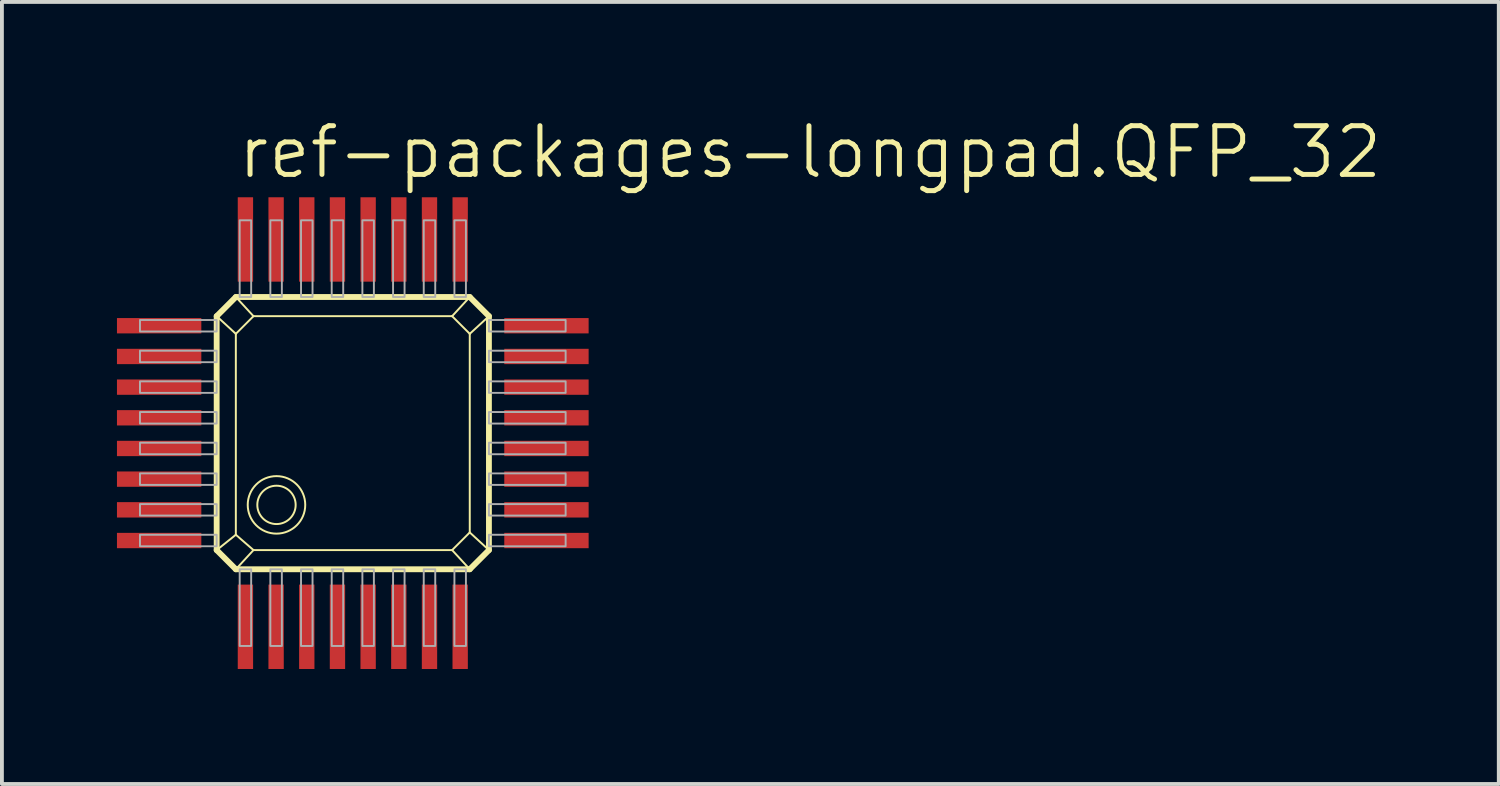
<source format=kicad_pcb>
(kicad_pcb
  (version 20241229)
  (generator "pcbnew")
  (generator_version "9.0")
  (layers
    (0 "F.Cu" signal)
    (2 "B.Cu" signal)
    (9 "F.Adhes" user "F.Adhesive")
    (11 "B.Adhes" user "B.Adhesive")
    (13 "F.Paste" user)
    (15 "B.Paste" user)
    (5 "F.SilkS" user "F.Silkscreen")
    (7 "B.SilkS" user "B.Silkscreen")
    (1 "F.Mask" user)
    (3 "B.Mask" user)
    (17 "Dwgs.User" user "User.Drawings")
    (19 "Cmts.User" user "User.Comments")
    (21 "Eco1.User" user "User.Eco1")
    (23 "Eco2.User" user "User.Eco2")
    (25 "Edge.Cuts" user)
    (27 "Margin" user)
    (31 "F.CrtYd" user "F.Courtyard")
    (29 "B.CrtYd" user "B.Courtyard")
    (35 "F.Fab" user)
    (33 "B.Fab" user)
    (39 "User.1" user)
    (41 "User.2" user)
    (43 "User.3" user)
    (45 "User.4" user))
  (footprint "ref-packages-longpad.QFP_32"
    (layer "F.Cu")
    (at 5.75 8.645)
    (property "Reference" "ref-packages-longpad.QFP_32" (at -2.667 -6.985 0) (layer "F.SilkS") (effects (font (size 1.27 1.27) (thickness 0.13)) (justify left bottom)))
    (attr smd)
    (fp_line (start -3.15 -3.45) (end -2.65 -3.95) (stroke (width 0.152) (type default)) (layer "F.SilkS"))
    (fp_line (start -3.15 -3.45) (end -2.65 -2.99) (stroke (width 0.051) (type default)) (layer "F.SilkS"))
    (fp_line (start -3.15 2.65) (end -3.15 -3.45) (stroke (width 0.152) (type default)) (layer "F.SilkS"))
    (fp_line (start -2.65 -3.95) (end -2.19 -3.45) (stroke (width 0.051) (type default)) (layer "F.SilkS"))
    (fp_line (start -2.65 -3.95) (end 3.45 -3.95) (stroke (width 0.152) (type default)) (layer "F.SilkS"))
    (fp_line (start -2.65 -2.99) (end -2.19 -3.45) (stroke (width 0.051) (type default)) (layer "F.SilkS"))
    (fp_line (start -2.65 2.25) (end -3.15 2.65) (stroke (width 0.051) (type default)) (layer "F.SilkS"))
    (fp_line (start -2.65 2.25) (end -2.65 -2.99) (stroke (width 0.051) (type default)) (layer "F.SilkS"))
    (fp_line (start -2.65 3.15) (end -3.15 2.65) (stroke (width 0.152) (type default)) (layer "F.SilkS"))
    (fp_line (start -2.65 3.15) (end -2.19 2.65) (stroke (width 0.051) (type default)) (layer "F.SilkS"))
    (fp_line (start -2.19 -3.45) (end 2.99 -3.45) (stroke (width 0.051) (type default)) (layer "F.SilkS"))
    (fp_line (start -2.19 2.65) (end -2.65 2.25) (stroke (width 0.051) (type default)) (layer "F.SilkS"))
    (fp_line (start 2.99 -3.45) (end 3.45 -2.99) (stroke (width 0.051) (type default)) (layer "F.SilkS"))
    (fp_line (start 2.99 2.65) (end -2.19 2.65) (stroke (width 0.051) (type default)) (layer "F.SilkS"))
    (fp_line (start 3.45 -3.95) (end 2.99 -3.45) (stroke (width 0.051) (type default)) (layer "F.SilkS"))
    (fp_line (start 3.45 -3.95) (end 3.95 -3.45) (stroke (width 0.152) (type default)) (layer "F.SilkS"))
    (fp_line (start 3.45 -2.99) (end 3.45 2.19) (stroke (width 0.051) (type default)) (layer "F.SilkS"))
    (fp_line (start 3.45 2.19) (end 2.99 2.65) (stroke (width 0.051) (type default)) (layer "F.SilkS"))
    (fp_line (start 3.45 3.15) (end -2.65 3.15) (stroke (width 0.152) (type default)) (layer "F.SilkS"))
    (fp_line (start 3.45 3.15) (end 2.99 2.65) (stroke (width 0.051) (type default)) (layer "F.SilkS"))
    (fp_line (start 3.95 -3.45) (end 3.45 -2.99) (stroke (width 0.051) (type default)) (layer "F.SilkS"))
    (fp_line (start 3.95 -3.45) (end 3.95 2.65) (stroke (width 0.152) (type default)) (layer "F.SilkS"))
    (fp_line (start 3.95 2.65) (end 3.45 2.19) (stroke (width 0.051) (type default)) (layer "F.SilkS"))
    (fp_line (start 3.95 2.65) (end 3.45 3.15) (stroke (width 0.152) (type default)) (layer "F.SilkS"))
    (fp_circle (center -1.59 1.471) (end -1.09 1.471) (stroke (width 0.051) (type default)) (fill no) (layer "F.SilkS"))
    (fp_circle (center -1.59 1.471) (end -0.84 1.471) (stroke (width 0.051) (type default)) (fill no) (layer "F.SilkS"))
    (fp_rect (start -5.15 -3.05) (end -3.15 -3.35) (stroke (width 0.05) (type default)) (fill no) (layer "F.Fab"))
    (fp_rect (start -5.15 -2.25) (end -3.15 -2.55) (stroke (width 0.05) (type default)) (fill no) (layer "F.Fab"))
    (fp_rect (start -5.15 -1.45) (end -3.15 -1.75) (stroke (width 0.05) (type default)) (fill no) (layer "F.Fab"))
    (fp_rect (start -5.15 -0.65) (end -3.15 -0.95) (stroke (width 0.05) (type default)) (fill no) (layer "F.Fab"))
    (fp_rect (start -5.15 0.15) (end -3.15 -0.15) (stroke (width 0.05) (type default)) (fill no) (layer "F.Fab"))
    (fp_rect (start -5.15 0.95) (end -3.15 0.65) (stroke (width 0.05) (type default)) (fill no) (layer "F.Fab"))
    (fp_rect (start -5.15 1.75) (end -3.15 1.45) (stroke (width 0.05) (type default)) (fill no) (layer "F.Fab"))
    (fp_rect (start -5.15 2.55) (end -3.15 2.25) (stroke (width 0.05) (type default)) (fill no) (layer "F.Fab"))
    (fp_rect (start -2.55 -3.95) (end -2.25 -5.95) (stroke (width 0.05) (type default)) (fill no) (layer "F.Fab"))
    (fp_rect (start -2.55 5.15) (end -2.25 3.15) (stroke (width 0.05) (type default)) (fill no) (layer "F.Fab"))
    (fp_rect (start -1.75 -3.95) (end -1.45 -5.95) (stroke (width 0.05) (type default)) (fill no) (layer "F.Fab"))
    (fp_rect (start -1.75 5.15) (end -1.45 3.15) (stroke (width 0.05) (type default)) (fill no) (layer "F.Fab"))
    (fp_rect (start -0.95 -3.95) (end -0.65 -5.95) (stroke (width 0.05) (type default)) (fill no) (layer "F.Fab"))
    (fp_rect (start -0.95 5.15) (end -0.65 3.15) (stroke (width 0.05) (type default)) (fill no) (layer "F.Fab"))
    (fp_rect (start -0.15 -3.95) (end 0.15 -5.95) (stroke (width 0.05) (type default)) (fill no) (layer "F.Fab"))
    (fp_rect (start -0.15 5.15) (end 0.15 3.15) (stroke (width 0.05) (type default)) (fill no) (layer "F.Fab"))
    (fp_rect (start 0.65 -3.95) (end 0.95 -5.95) (stroke (width 0.05) (type default)) (fill no) (layer "F.Fab"))
    (fp_rect (start 0.65 5.15) (end 0.95 3.15) (stroke (width 0.05) (type default)) (fill no) (layer "F.Fab"))
    (fp_rect (start 1.45 -3.95) (end 1.75 -5.95) (stroke (width 0.05) (type default)) (fill no) (layer "F.Fab"))
    (fp_rect (start 1.45 5.15) (end 1.75 3.15) (stroke (width 0.05) (type default)) (fill no) (layer "F.Fab"))
    (fp_rect (start 2.25 -3.95) (end 2.55 -5.95) (stroke (width 0.05) (type default)) (fill no) (layer "F.Fab"))
    (fp_rect (start 2.25 5.15) (end 2.55 3.15) (stroke (width 0.05) (type default)) (fill no) (layer "F.Fab"))
    (fp_rect (start 3.05 -3.95) (end 3.35 -5.95) (stroke (width 0.05) (type default)) (fill no) (layer "F.Fab"))
    (fp_rect (start 3.05 5.15) (end 3.35 3.15) (stroke (width 0.05) (type default)) (fill no) (layer "F.Fab"))
    (fp_rect (start 3.95 -3.05) (end 5.95 -3.35) (stroke (width 0.05) (type default)) (fill no) (layer "F.Fab"))
    (fp_rect (start 3.95 -2.25) (end 5.95 -2.55) (stroke (width 0.05) (type default)) (fill no) (layer "F.Fab"))
    (fp_rect (start 3.95 -1.45) (end 5.95 -1.75) (stroke (width 0.05) (type default)) (fill no) (layer "F.Fab"))
    (fp_rect (start 3.95 -0.65) (end 5.95 -0.95) (stroke (width 0.05) (type default)) (fill no) (layer "F.Fab"))
    (fp_rect (start 3.95 0.15) (end 5.95 -0.15) (stroke (width 0.05) (type default)) (fill no) (layer "F.Fab"))
    (fp_rect (start 3.95 0.95) (end 5.95 0.65) (stroke (width 0.05) (type default)) (fill no) (layer "F.Fab"))
    (fp_rect (start 3.95 1.75) (end 5.95 1.45) (stroke (width 0.05) (type default)) (fill no) (layer "F.Fab"))
    (fp_rect (start 3.95 2.55) (end 5.95 2.25) (stroke (width 0.05) (type default)) (fill no) (layer "F.Fab"))
    (pad "1" smd roundrect (at -2.4 4.65) (size 0.4 2.2) (layers "F.Cu" "F.Mask" "F.Paste") (roundrect_rratio 0.01))
    (pad "2" smd roundrect (at -1.6 4.65) (size 0.4 2.2) (layers "F.Cu" "F.Mask" "F.Paste") (roundrect_rratio 0.01))
    (pad "3" smd roundrect (at -0.8 4.65) (size 0.4 2.2) (layers "F.Cu" "F.Mask" "F.Paste") (roundrect_rratio 0.01))
    (pad "4" smd roundrect (at 0 4.65) (size 0.4 2.2) (layers "F.Cu" "F.Mask" "F.Paste") (roundrect_rratio 0.01))
    (pad "5" smd roundrect (at 0.8 4.65) (size 0.4 2.2) (layers "F.Cu" "F.Mask" "F.Paste") (roundrect_rratio 0.01))
    (pad "6" smd roundrect (at 1.6 4.65) (size 0.4 2.2) (layers "F.Cu" "F.Mask" "F.Paste") (roundrect_rratio 0.01))
    (pad "7" smd roundrect (at 2.4 4.65) (size 0.4 2.2) (layers "F.Cu" "F.Mask" "F.Paste") (roundrect_rratio 0.01))
    (pad "8" smd roundrect (at 3.2 4.65) (size 0.4 2.2) (layers "F.Cu" "F.Mask" "F.Paste") (roundrect_rratio 0.01))
    (pad "9" smd roundrect (at 5.45 2.4) (size 2.2 0.4) (layers "F.Cu" "F.Mask" "F.Paste") (roundrect_rratio 0.01))
    (pad "10" smd roundrect (at 5.45 1.6) (size 2.2 0.4) (layers "F.Cu" "F.Mask" "F.Paste") (roundrect_rratio 0.01))
    (pad "11" smd roundrect (at 5.45 0.8) (size 2.2 0.4) (layers "F.Cu" "F.Mask" "F.Paste") (roundrect_rratio 0.01))
    (pad "12" smd roundrect (at 5.45 0) (size 2.2 0.4) (layers "F.Cu" "F.Mask" "F.Paste") (roundrect_rratio 0.01))
    (pad "13" smd roundrect (at 5.45 -0.8) (size 2.2 0.4) (layers "F.Cu" "F.Mask" "F.Paste") (roundrect_rratio 0.01))
    (pad "14" smd roundrect (at 5.45 -1.6) (size 2.2 0.4) (layers "F.Cu" "F.Mask" "F.Paste") (roundrect_rratio 0.01))
    (pad "15" smd roundrect (at 5.45 -2.4) (size 2.2 0.4) (layers "F.Cu" "F.Mask" "F.Paste") (roundrect_rratio 0.01))
    (pad "16" smd roundrect (at 5.45 -3.2) (size 2.2 0.4) (layers "F.Cu" "F.Mask" "F.Paste") (roundrect_rratio 0.01))
    (pad "17" smd roundrect (at 3.2 -5.45) (size 0.4 2.2) (layers "F.Cu" "F.Mask" "F.Paste") (roundrect_rratio 0.01))
    (pad "18" smd roundrect (at 2.4 -5.45) (size 0.4 2.2) (layers "F.Cu" "F.Mask" "F.Paste") (roundrect_rratio 0.01))
    (pad "19" smd roundrect (at 1.6 -5.45) (size 0.4 2.2) (layers "F.Cu" "F.Mask" "F.Paste") (roundrect_rratio 0.01))
    (pad "20" smd roundrect (at 0.8 -5.45) (size 0.4 2.2) (layers "F.Cu" "F.Mask" "F.Paste") (roundrect_rratio 0.01))
    (pad "21" smd roundrect (at 0 -5.45) (size 0.4 2.2) (layers "F.Cu" "F.Mask" "F.Paste") (roundrect_rratio 0.01))
    (pad "22" smd roundrect (at -0.8 -5.45) (size 0.4 2.2) (layers "F.Cu" "F.Mask" "F.Paste") (roundrect_rratio 0.01))
    (pad "23" smd roundrect (at -1.6 -5.45) (size 0.4 2.2) (layers "F.Cu" "F.Mask" "F.Paste") (roundrect_rratio 0.01))
    (pad "24" smd roundrect (at -2.4 -5.45) (size 0.4 2.2) (layers "F.Cu" "F.Mask" "F.Paste") (roundrect_rratio 0.01))
    (pad "25" smd roundrect (at -4.65 -3.2) (size 2.2 0.4) (layers "F.Cu" "F.Mask" "F.Paste") (roundrect_rratio 0.01))
    (pad "26" smd roundrect (at -4.65 -2.4) (size 2.2 0.4) (layers "F.Cu" "F.Mask" "F.Paste") (roundrect_rratio 0.01))
    (pad "27" smd roundrect (at -4.65 -1.6) (size 2.2 0.4) (layers "F.Cu" "F.Mask" "F.Paste") (roundrect_rratio 0.01))
    (pad "28" smd roundrect (at -4.65 -0.8) (size 2.2 0.4) (layers "F.Cu" "F.Mask" "F.Paste") (roundrect_rratio 0.01))
    (pad "29" smd roundrect (at -4.65 0) (size 2.2 0.4) (layers "F.Cu" "F.Mask" "F.Paste") (roundrect_rratio 0.01))
    (pad "30" smd roundrect (at -4.65 0.8) (size 2.2 0.4) (layers "F.Cu" "F.Mask" "F.Paste") (roundrect_rratio 0.01))
    (pad "31" smd roundrect (at -4.65 1.6) (size 2.2 0.4) (layers "F.Cu" "F.Mask" "F.Paste") (roundrect_rratio 0.01))
    (pad "32" smd roundrect (at -4.65 2.4) (size 2.2 0.4) (layers "F.Cu" "F.Mask" "F.Paste") (roundrect_rratio 0.01)))
  (gr_rect
    (start -3 -3)
    (end 36.034 17.395)
    (stroke (width 0.1) (type default))
    (fill no)
    (layer "Edge.Cuts")))
</source>
